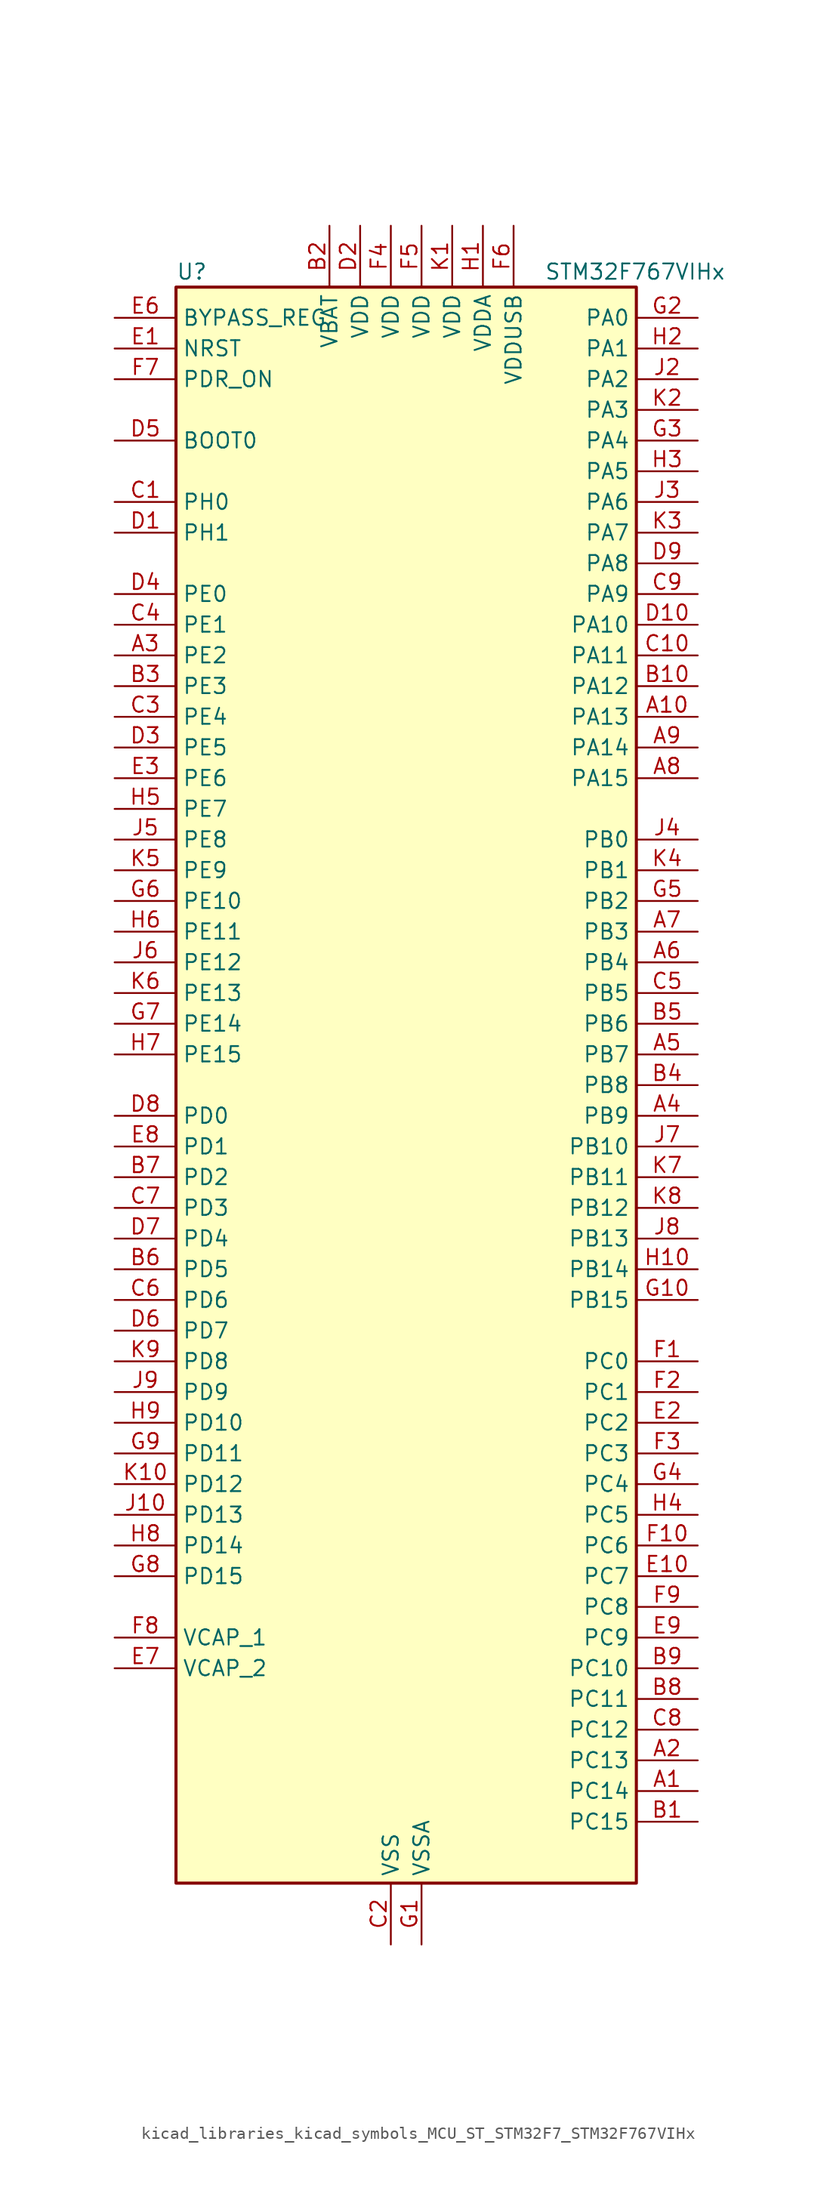
<source format=kicad_sym>
(kicad_symbol_lib
  (version 20220914)
  (generator kicad_symbol_editor)
  (symbol "kicad_libraries_kicad_symbols_MCU_ST_STM32F7_STM32F767VIHx"
    (property "Reference" "U"
      (at -17.78 67.31 0)
      (effects (font (size 1.27 1.27)) (justify left)))
    (property "Value" "STM32F767VIHx"
      (at 12.7 67.31 0)
      (effects (font (size 1.27 1.27)) (justify left)))
    (property "ki_locked" ""
      (at 0 0 0)
      (effects (font (size 1.27 1.27))))
    (symbol "kicad_libraries_kicad_symbols_MCU_ST_STM32F7_STM32F767VIHx_0_1"
      (rectangle (start -17.78 -66.04) (end 20.32 66.04) (stroke (width 0.254) (type default)) (fill (type background))))
    (symbol "kicad_libraries_kicad_symbols_MCU_ST_STM32F7_STM32F767VIHx_1_1"
      (pin bidirectional line (at 25.4 -58.42 180) (length 5.08) (name "PC14" (effects (font (size 1.27 1.27)))) (number "A1" (effects (font (size 1.27 1.27)))) (alternate "RCC_OSC32_IN" bidirectional line))
      (pin bidirectional line (at 25.4 30.48 180) (length 5.08) (name "PA13" (effects (font (size 1.27 1.27)))) (number "A10" (effects (font (size 1.27 1.27)))) (alternate "SYS_JTMS-SWDIO" bidirectional line))
      (pin bidirectional line (at 25.4 -55.88 180) (length 5.08) (name "PC13" (effects (font (size 1.27 1.27)))) (number "A2" (effects (font (size 1.27 1.27)))) (alternate "RTC_OUT" bidirectional line) (alternate "RTC_TAMP1" bidirectional line) (alternate "RTC_TS" bidirectional line) (alternate "SYS_WKUP4" bidirectional line))
      (pin bidirectional line (at -22.86 35.56 0) (length 5.08) (name "PE2" (effects (font (size 1.27 1.27)))) (number "A3" (effects (font (size 1.27 1.27)))) (alternate "ETH_TXD3" bidirectional line) (alternate "FMC_A23" bidirectional line) (alternate "QUADSPI_BK1_IO2" bidirectional line) (alternate "SAI1_MCLK_A" bidirectional line) (alternate "SPI4_SCK" bidirectional line) (alternate "SYS_TRACECLK" bidirectional line))
      (pin bidirectional line (at 25.4 -2.54 180) (length 5.08) (name "PB9" (effects (font (size 1.27 1.27)))) (number "A4" (effects (font (size 1.27 1.27)))) (alternate "CAN1_TX" bidirectional line) (alternate "DAC_EXTI9" bidirectional line) (alternate "DCMI_D7" bidirectional line) (alternate "DFSDM1_DATIN7" bidirectional line) (alternate "I2C1_SDA" bidirectional line) (alternate "I2C4_SDA" bidirectional line) (alternate "I2C4_SMBA" bidirectional line) (alternate "I2S2_WS" bidirectional line) (alternate "LTDC_B7" bidirectional line) (alternate "SDMMC1_D5" bidirectional line) (alternate "SDMMC2_D5" bidirectional line) (alternate "SPI2_NSS" bidirectional line) (alternate "TIM11_CH1" bidirectional line) (alternate "TIM4_CH4" bidirectional line) (alternate "UART5_TX" bidirectional line))
      (pin bidirectional line (at 25.4 2.54 180) (length 5.08) (name "PB7" (effects (font (size 1.27 1.27)))) (number "A5" (effects (font (size 1.27 1.27)))) (alternate "DCMI_VSYNC" bidirectional line) (alternate "DFSDM1_CKIN5" bidirectional line) (alternate "FMC_NL" bidirectional line) (alternate "I2C1_SDA" bidirectional line) (alternate "I2C4_SDA" bidirectional line) (alternate "TIM4_CH2" bidirectional line) (alternate "USART1_RX" bidirectional line))
      (pin bidirectional line (at 25.4 10.16 180) (length 5.08) (name "PB4" (effects (font (size 1.27 1.27)))) (number "A6" (effects (font (size 1.27 1.27)))) (alternate "CAN3_TX" bidirectional line) (alternate "I2S2_WS" bidirectional line) (alternate "SDMMC2_D3" bidirectional line) (alternate "SPI1_MISO" bidirectional line) (alternate "SPI2_NSS" bidirectional line) (alternate "SPI3_MISO" bidirectional line) (alternate "SPI6_MISO" bidirectional line) (alternate "SYS_JTRST" bidirectional line) (alternate "TIM3_CH1" bidirectional line) (alternate "UART7_TX" bidirectional line))
      (pin bidirectional line (at 25.4 12.7 180) (length 5.08) (name "PB3" (effects (font (size 1.27 1.27)))) (number "A7" (effects (font (size 1.27 1.27)))) (alternate "CAN3_RX" bidirectional line) (alternate "I2S1_CK" bidirectional line) (alternate "I2S3_CK" bidirectional line) (alternate "SDMMC2_D2" bidirectional line) (alternate "SPI1_SCK" bidirectional line) (alternate "SPI3_SCK" bidirectional line) (alternate "SPI6_SCK" bidirectional line) (alternate "SYS_JTDO-SWO" bidirectional line) (alternate "TIM2_CH2" bidirectional line) (alternate "UART7_RX" bidirectional line))
      (pin bidirectional line (at 25.4 25.4 180) (length 5.08) (name "PA15" (effects (font (size 1.27 1.27)))) (number "A8" (effects (font (size 1.27 1.27)))) (alternate "CAN3_TX" bidirectional line) (alternate "CEC" bidirectional line) (alternate "I2S1_WS" bidirectional line) (alternate "I2S3_WS" bidirectional line) (alternate "SPI1_NSS" bidirectional line) (alternate "SPI3_NSS" bidirectional line) (alternate "SPI6_NSS" bidirectional line) (alternate "SYS_JTDI" bidirectional line) (alternate "TIM2_CH1" bidirectional line) (alternate "TIM2_ETR" bidirectional line) (alternate "UART4_DE" bidirectional line) (alternate "UART4_RTS" bidirectional line) (alternate "UART7_TX" bidirectional line))
      (pin bidirectional line (at 25.4 27.94 180) (length 5.08) (name "PA14" (effects (font (size 1.27 1.27)))) (number "A9" (effects (font (size 1.27 1.27)))) (alternate "SYS_JTCK-SWCLK" bidirectional line))
      (pin bidirectional line (at 25.4 -60.96 180) (length 5.08) (name "PC15" (effects (font (size 1.27 1.27)))) (number "B1" (effects (font (size 1.27 1.27)))) (alternate "RCC_OSC32_OUT" bidirectional line))
      (pin bidirectional line (at 25.4 33.02 180) (length 5.08) (name "PA12" (effects (font (size 1.27 1.27)))) (number "B10" (effects (font (size 1.27 1.27)))) (alternate "CAN1_TX" bidirectional line) (alternate "I2S2_CK" bidirectional line) (alternate "LTDC_R5" bidirectional line) (alternate "SAI2_FS_B" bidirectional line) (alternate "SPI2_SCK" bidirectional line) (alternate "TIM1_ETR" bidirectional line) (alternate "UART4_TX" bidirectional line) (alternate "USART1_DE" bidirectional line) (alternate "USART1_RTS" bidirectional line) (alternate "USB_OTG_FS_DP" bidirectional line))
      (pin power_in line (at -5.08 71.12 270) (length 5.08) (name "VBAT" (effects (font (size 1.27 1.27)))) (number "B2" (effects (font (size 1.27 1.27)))))
      (pin bidirectional line (at -22.86 33.02 0) (length 5.08) (name "PE3" (effects (font (size 1.27 1.27)))) (number "B3" (effects (font (size 1.27 1.27)))) (alternate "FMC_A19" bidirectional line) (alternate "SAI1_SD_B" bidirectional line) (alternate "SYS_TRACED0" bidirectional line))
      (pin bidirectional line (at 25.4 0 180) (length 5.08) (name "PB8" (effects (font (size 1.27 1.27)))) (number "B4" (effects (font (size 1.27 1.27)))) (alternate "CAN1_RX" bidirectional line) (alternate "DCMI_D6" bidirectional line) (alternate "DFSDM1_CKIN7" bidirectional line) (alternate "ETH_TXD3" bidirectional line) (alternate "I2C1_SCL" bidirectional line) (alternate "I2C4_SCL" bidirectional line) (alternate "LTDC_B6" bidirectional line) (alternate "SDMMC1_D4" bidirectional line) (alternate "SDMMC2_D4" bidirectional line) (alternate "TIM10_CH1" bidirectional line) (alternate "TIM4_CH3" bidirectional line) (alternate "UART5_RX" bidirectional line))
      (pin bidirectional line (at 25.4 5.08 180) (length 5.08) (name "PB6" (effects (font (size 1.27 1.27)))) (number "B5" (effects (font (size 1.27 1.27)))) (alternate "CAN2_TX" bidirectional line) (alternate "CEC" bidirectional line) (alternate "DCMI_D5" bidirectional line) (alternate "DFSDM1_DATIN5" bidirectional line) (alternate "FMC_SDNE1" bidirectional line) (alternate "I2C1_SCL" bidirectional line) (alternate "I2C4_SCL" bidirectional line) (alternate "QUADSPI_BK1_NCS" bidirectional line) (alternate "TIM4_CH1" bidirectional line) (alternate "UART5_TX" bidirectional line) (alternate "USART1_TX" bidirectional line))
      (pin bidirectional line (at -22.86 -15.24 0) (length 5.08) (name "PD5" (effects (font (size 1.27 1.27)))) (number "B6" (effects (font (size 1.27 1.27)))) (alternate "FMC_NWE" bidirectional line) (alternate "USART2_TX" bidirectional line))
      (pin bidirectional line (at -22.86 -7.62 0) (length 5.08) (name "PD2" (effects (font (size 1.27 1.27)))) (number "B7" (effects (font (size 1.27 1.27)))) (alternate "DCMI_D11" bidirectional line) (alternate "SDMMC1_CMD" bidirectional line) (alternate "SYS_TRACED2" bidirectional line) (alternate "TIM3_ETR" bidirectional line) (alternate "UART5_RX" bidirectional line))
      (pin bidirectional line (at 25.4 -50.8 180) (length 5.08) (name "PC11" (effects (font (size 1.27 1.27)))) (number "B8" (effects (font (size 1.27 1.27)))) (alternate "ADC1_EXTI11" bidirectional line) (alternate "ADC2_EXTI11" bidirectional line) (alternate "ADC3_EXTI11" bidirectional line) (alternate "DCMI_D4" bidirectional line) (alternate "DFSDM1_DATIN5" bidirectional line) (alternate "QUADSPI_BK2_NCS" bidirectional line) (alternate "SDMMC1_D3" bidirectional line) (alternate "SPI3_MISO" bidirectional line) (alternate "UART4_RX" bidirectional line) (alternate "USART3_RX" bidirectional line))
      (pin bidirectional line (at 25.4 -48.26 180) (length 5.08) (name "PC10" (effects (font (size 1.27 1.27)))) (number "B9" (effects (font (size 1.27 1.27)))) (alternate "DCMI_D8" bidirectional line) (alternate "DFSDM1_CKIN5" bidirectional line) (alternate "I2S3_CK" bidirectional line) (alternate "LTDC_R2" bidirectional line) (alternate "QUADSPI_BK1_IO1" bidirectional line) (alternate "SDMMC1_D2" bidirectional line) (alternate "SPI3_SCK" bidirectional line) (alternate "UART4_TX" bidirectional line) (alternate "USART3_TX" bidirectional line))
      (pin bidirectional line (at -22.86 48.26 0) (length 5.08) (name "PH0" (effects (font (size 1.27 1.27)))) (number "C1" (effects (font (size 1.27 1.27)))) (alternate "RCC_OSC_IN" bidirectional line))
      (pin bidirectional line (at 25.4 35.56 180) (length 5.08) (name "PA11" (effects (font (size 1.27 1.27)))) (number "C10" (effects (font (size 1.27 1.27)))) (alternate "ADC1_EXTI11" bidirectional line) (alternate "ADC2_EXTI11" bidirectional line) (alternate "ADC3_EXTI11" bidirectional line) (alternate "CAN1_RX" bidirectional line) (alternate "I2S2_WS" bidirectional line) (alternate "LTDC_R4" bidirectional line) (alternate "SPI2_NSS" bidirectional line) (alternate "TIM1_CH4" bidirectional line) (alternate "UART4_RX" bidirectional line) (alternate "USART1_CTS" bidirectional line) (alternate "USB_OTG_FS_DM" bidirectional line))
      (pin power_in line (at 0 -71.12 90) (length 5.08) (name "VSS" (effects (font (size 1.27 1.27)))) (number "C2" (effects (font (size 1.27 1.27)))))
      (pin bidirectional line (at -22.86 30.48 0) (length 5.08) (name "PE4" (effects (font (size 1.27 1.27)))) (number "C3" (effects (font (size 1.27 1.27)))) (alternate "DCMI_D4" bidirectional line) (alternate "DFSDM1_DATIN3" bidirectional line) (alternate "FMC_A20" bidirectional line) (alternate "LTDC_B0" bidirectional line) (alternate "SAI1_FS_A" bidirectional line) (alternate "SPI4_NSS" bidirectional line) (alternate "SYS_TRACED1" bidirectional line))
      (pin bidirectional line (at -22.86 38.1 0) (length 5.08) (name "PE1" (effects (font (size 1.27 1.27)))) (number "C4" (effects (font (size 1.27 1.27)))) (alternate "DCMI_D3" bidirectional line) (alternate "FMC_NBL1" bidirectional line) (alternate "LPTIM1_IN2" bidirectional line) (alternate "UART8_TX" bidirectional line))
      (pin bidirectional line (at 25.4 7.62 180) (length 5.08) (name "PB5" (effects (font (size 1.27 1.27)))) (number "C5" (effects (font (size 1.27 1.27)))) (alternate "CAN2_RX" bidirectional line) (alternate "DCMI_D10" bidirectional line) (alternate "ETH_PPS_OUT" bidirectional line) (alternate "FMC_SDCKE1" bidirectional line) (alternate "I2C1_SMBA" bidirectional line) (alternate "I2S1_SD" bidirectional line) (alternate "I2S3_SD" bidirectional line) (alternate "LTDC_G7" bidirectional line) (alternate "SPI1_MOSI" bidirectional line) (alternate "SPI3_MOSI" bidirectional line) (alternate "SPI6_MOSI" bidirectional line) (alternate "TIM3_CH2" bidirectional line) (alternate "UART5_RX" bidirectional line) (alternate "USB_OTG_HS_ULPI_D7" bidirectional line))
      (pin bidirectional line (at -22.86 -17.78 0) (length 5.08) (name "PD6" (effects (font (size 1.27 1.27)))) (number "C6" (effects (font (size 1.27 1.27)))) (alternate "DCMI_D10" bidirectional line) (alternate "DFSDM1_CKIN4" bidirectional line) (alternate "DFSDM1_DATIN1" bidirectional line) (alternate "FMC_NWAIT" bidirectional line) (alternate "I2S3_SD" bidirectional line) (alternate "LTDC_B2" bidirectional line) (alternate "SAI1_SD_A" bidirectional line) (alternate "SDMMC2_CK" bidirectional line) (alternate "SPI3_MOSI" bidirectional line) (alternate "USART2_RX" bidirectional line))
      (pin bidirectional line (at -22.86 -10.16 0) (length 5.08) (name "PD3" (effects (font (size 1.27 1.27)))) (number "C7" (effects (font (size 1.27 1.27)))) (alternate "DCMI_D5" bidirectional line) (alternate "DFSDM1_CKOUT" bidirectional line) (alternate "DFSDM1_DATIN0" bidirectional line) (alternate "FMC_CLK" bidirectional line) (alternate "I2S2_CK" bidirectional line) (alternate "LTDC_G7" bidirectional line) (alternate "SPI2_SCK" bidirectional line) (alternate "USART2_CTS" bidirectional line))
      (pin bidirectional line (at 25.4 -53.34 180) (length 5.08) (name "PC12" (effects (font (size 1.27 1.27)))) (number "C8" (effects (font (size 1.27 1.27)))) (alternate "DCMI_D9" bidirectional line) (alternate "I2S3_SD" bidirectional line) (alternate "SDMMC1_CK" bidirectional line) (alternate "SPI3_MOSI" bidirectional line) (alternate "SYS_TRACED3" bidirectional line) (alternate "UART5_TX" bidirectional line) (alternate "USART3_CK" bidirectional line))
      (pin bidirectional line (at 25.4 40.64 180) (length 5.08) (name "PA9" (effects (font (size 1.27 1.27)))) (number "C9" (effects (font (size 1.27 1.27)))) (alternate "DAC_EXTI9" bidirectional line) (alternate "DCMI_D0" bidirectional line) (alternate "I2C3_SMBA" bidirectional line) (alternate "I2S2_CK" bidirectional line) (alternate "LTDC_R5" bidirectional line) (alternate "SPI2_SCK" bidirectional line) (alternate "TIM1_CH2" bidirectional line) (alternate "USART1_TX" bidirectional line) (alternate "USB_OTG_FS_VBUS" bidirectional line))
      (pin bidirectional line (at -22.86 45.72 0) (length 5.08) (name "PH1" (effects (font (size 1.27 1.27)))) (number "D1" (effects (font (size 1.27 1.27)))) (alternate "RCC_OSC_OUT" bidirectional line))
      (pin bidirectional line (at 25.4 38.1 180) (length 5.08) (name "PA10" (effects (font (size 1.27 1.27)))) (number "D10" (effects (font (size 1.27 1.27)))) (alternate "DCMI_D1" bidirectional line) (alternate "LTDC_B1" bidirectional line) (alternate "LTDC_B4" bidirectional line) (alternate "MDIOS_MDIO" bidirectional line) (alternate "TIM1_CH3" bidirectional line) (alternate "USART1_RX" bidirectional line) (alternate "USB_OTG_FS_ID" bidirectional line))
      (pin power_in line (at -2.54 71.12 270) (length 5.08) (name "VDD" (effects (font (size 1.27 1.27)))) (number "D2" (effects (font (size 1.27 1.27)))))
      (pin bidirectional line (at -22.86 27.94 0) (length 5.08) (name "PE5" (effects (font (size 1.27 1.27)))) (number "D3" (effects (font (size 1.27 1.27)))) (alternate "DCMI_D6" bidirectional line) (alternate "DFSDM1_CKIN3" bidirectional line) (alternate "FMC_A21" bidirectional line) (alternate "LTDC_G0" bidirectional line) (alternate "SAI1_SCK_A" bidirectional line) (alternate "SPI4_MISO" bidirectional line) (alternate "SYS_TRACED2" bidirectional line) (alternate "TIM9_CH1" bidirectional line))
      (pin bidirectional line (at -22.86 40.64 0) (length 5.08) (name "PE0" (effects (font (size 1.27 1.27)))) (number "D4" (effects (font (size 1.27 1.27)))) (alternate "DCMI_D2" bidirectional line) (alternate "FMC_NBL0" bidirectional line) (alternate "LPTIM1_ETR" bidirectional line) (alternate "SAI2_MCLK_A" bidirectional line) (alternate "TIM4_ETR" bidirectional line) (alternate "UART8_RX" bidirectional line))
      (pin input line (at -22.86 53.34 0) (length 5.08) (name "BOOT0" (effects (font (size 1.27 1.27)))) (number "D5" (effects (font (size 1.27 1.27)))))
      (pin bidirectional line (at -22.86 -20.32 0) (length 5.08) (name "PD7" (effects (font (size 1.27 1.27)))) (number "D6" (effects (font (size 1.27 1.27)))) (alternate "DFSDM1_CKIN1" bidirectional line) (alternate "DFSDM1_DATIN4" bidirectional line) (alternate "FMC_NE1" bidirectional line) (alternate "I2S1_SD" bidirectional line) (alternate "SDMMC2_CMD" bidirectional line) (alternate "SPDIFRX_IN0" bidirectional line) (alternate "SPI1_MOSI" bidirectional line) (alternate "USART2_CK" bidirectional line))
      (pin bidirectional line (at -22.86 -12.7 0) (length 5.08) (name "PD4" (effects (font (size 1.27 1.27)))) (number "D7" (effects (font (size 1.27 1.27)))) (alternate "DFSDM1_CKIN0" bidirectional line) (alternate "FMC_NOE" bidirectional line) (alternate "USART2_DE" bidirectional line) (alternate "USART2_RTS" bidirectional line))
      (pin bidirectional line (at -22.86 -2.54 0) (length 5.08) (name "PD0" (effects (font (size 1.27 1.27)))) (number "D8" (effects (font (size 1.27 1.27)))) (alternate "CAN1_RX" bidirectional line) (alternate "DFSDM1_CKIN6" bidirectional line) (alternate "DFSDM1_DATIN7" bidirectional line) (alternate "FMC_D2" bidirectional line) (alternate "FMC_DA2" bidirectional line) (alternate "UART4_RX" bidirectional line))
      (pin bidirectional line (at 25.4 43.18 180) (length 5.08) (name "PA8" (effects (font (size 1.27 1.27)))) (number "D9" (effects (font (size 1.27 1.27)))) (alternate "CAN3_RX" bidirectional line) (alternate "I2C3_SCL" bidirectional line) (alternate "LTDC_B3" bidirectional line) (alternate "LTDC_R6" bidirectional line) (alternate "RCC_MCO_1" bidirectional line) (alternate "TIM1_CH1" bidirectional line) (alternate "TIM8_BKIN2" bidirectional line) (alternate "UART7_RX" bidirectional line) (alternate "USART1_CK" bidirectional line) (alternate "USB_OTG_FS_SOF" bidirectional line))
      (pin input line (at -22.86 60.96 0) (length 5.08) (name "NRST" (effects (font (size 1.27 1.27)))) (number "E1" (effects (font (size 1.27 1.27)))))
      (pin bidirectional line (at 25.4 -40.64 180) (length 5.08) (name "PC7" (effects (font (size 1.27 1.27)))) (number "E10" (effects (font (size 1.27 1.27)))) (alternate "DCMI_D1" bidirectional line) (alternate "DFSDM1_DATIN3" bidirectional line) (alternate "FMC_NE1" bidirectional line) (alternate "I2S3_MCK" bidirectional line) (alternate "LTDC_G6" bidirectional line) (alternate "SDMMC1_D7" bidirectional line) (alternate "SDMMC2_D7" bidirectional line) (alternate "TIM3_CH2" bidirectional line) (alternate "TIM8_CH2" bidirectional line) (alternate "USART6_RX" bidirectional line))
      (pin bidirectional line (at 25.4 -27.94 180) (length 5.08) (name "PC2" (effects (font (size 1.27 1.27)))) (number "E2" (effects (font (size 1.27 1.27)))) (alternate "ADC1_IN12" bidirectional line) (alternate "ADC2_IN12" bidirectional line) (alternate "ADC3_IN12" bidirectional line) (alternate "DFSDM1_CKIN1" bidirectional line) (alternate "DFSDM1_CKOUT" bidirectional line) (alternate "ETH_TXD2" bidirectional line) (alternate "FMC_SDNE0" bidirectional line) (alternate "SPI2_MISO" bidirectional line) (alternate "USB_OTG_HS_ULPI_DIR" bidirectional line))
      (pin bidirectional line (at -22.86 25.4 0) (length 5.08) (name "PE6" (effects (font (size 1.27 1.27)))) (number "E3" (effects (font (size 1.27 1.27)))) (alternate "DCMI_D7" bidirectional line) (alternate "FMC_A22" bidirectional line) (alternate "LTDC_G1" bidirectional line) (alternate "SAI1_SD_A" bidirectional line) (alternate "SAI2_MCLK_B" bidirectional line) (alternate "SPI4_MOSI" bidirectional line) (alternate "SYS_TRACED3" bidirectional line) (alternate "TIM1_BKIN2" bidirectional line) (alternate "TIM9_CH2" bidirectional line))
      (pin passive line (at 0 -71.12 90) (length 5.08) hide (name "VSS" (effects (font (size 1.27 1.27)))) (number "E4" (effects (font (size 1.27 1.27)))))
      (pin passive line (at 0 -71.12 90) (length 5.08) hide (name "VSS" (effects (font (size 1.27 1.27)))) (number "E5" (effects (font (size 1.27 1.27)))))
      (pin input line (at -22.86 63.5 0) (length 5.08) (name "BYPASS_REG" (effects (font (size 1.27 1.27)))) (number "E6" (effects (font (size 1.27 1.27)))))
      (pin power_out line (at -22.86 -48.26 0) (length 5.08) (name "VCAP_2" (effects (font (size 1.27 1.27)))) (number "E7" (effects (font (size 1.27 1.27)))))
      (pin bidirectional line (at -22.86 -5.08 0) (length 5.08) (name "PD1" (effects (font (size 1.27 1.27)))) (number "E8" (effects (font (size 1.27 1.27)))) (alternate "CAN1_TX" bidirectional line) (alternate "DFSDM1_CKIN7" bidirectional line) (alternate "DFSDM1_DATIN6" bidirectional line) (alternate "FMC_D3" bidirectional line) (alternate "FMC_DA3" bidirectional line) (alternate "UART4_TX" bidirectional line))
      (pin bidirectional line (at 25.4 -45.72 180) (length 5.08) (name "PC9" (effects (font (size 1.27 1.27)))) (number "E9" (effects (font (size 1.27 1.27)))) (alternate "DAC_EXTI9" bidirectional line) (alternate "DCMI_D3" bidirectional line) (alternate "I2C3_SDA" bidirectional line) (alternate "I2S_CKIN" bidirectional line) (alternate "LTDC_B2" bidirectional line) (alternate "LTDC_G3" bidirectional line) (alternate "QUADSPI_BK1_IO0" bidirectional line) (alternate "RCC_MCO_2" bidirectional line) (alternate "SDMMC1_D1" bidirectional line) (alternate "TIM3_CH4" bidirectional line) (alternate "TIM8_CH4" bidirectional line) (alternate "UART5_CTS" bidirectional line))
      (pin bidirectional line (at 25.4 -22.86 180) (length 5.08) (name "PC0" (effects (font (size 1.27 1.27)))) (number "F1" (effects (font (size 1.27 1.27)))) (alternate "ADC1_IN10" bidirectional line) (alternate "ADC2_IN10" bidirectional line) (alternate "ADC3_IN10" bidirectional line) (alternate "DFSDM1_CKIN0" bidirectional line) (alternate "DFSDM1_DATIN4" bidirectional line) (alternate "FMC_SDNWE" bidirectional line) (alternate "LTDC_R5" bidirectional line) (alternate "SAI2_FS_B" bidirectional line) (alternate "USB_OTG_HS_ULPI_STP" bidirectional line))
      (pin bidirectional line (at 25.4 -38.1 180) (length 5.08) (name "PC6" (effects (font (size 1.27 1.27)))) (number "F10" (effects (font (size 1.27 1.27)))) (alternate "DCMI_D0" bidirectional line) (alternate "DFSDM1_CKIN3" bidirectional line) (alternate "FMC_NWAIT" bidirectional line) (alternate "I2S2_MCK" bidirectional line) (alternate "LTDC_HSYNC" bidirectional line) (alternate "SDMMC1_D6" bidirectional line) (alternate "SDMMC2_D6" bidirectional line) (alternate "TIM3_CH1" bidirectional line) (alternate "TIM8_CH1" bidirectional line) (alternate "USART6_TX" bidirectional line))
      (pin bidirectional line (at 25.4 -25.4 180) (length 5.08) (name "PC1" (effects (font (size 1.27 1.27)))) (number "F2" (effects (font (size 1.27 1.27)))) (alternate "ADC1_IN11" bidirectional line) (alternate "ADC2_IN11" bidirectional line) (alternate "ADC3_IN11" bidirectional line) (alternate "DFSDM1_CKIN4" bidirectional line) (alternate "DFSDM1_DATIN0" bidirectional line) (alternate "ETH_MDC" bidirectional line) (alternate "I2S2_SD" bidirectional line) (alternate "MDIOS_MDC" bidirectional line) (alternate "RTC_TAMP3" bidirectional line) (alternate "RTC_TS" bidirectional line) (alternate "SAI1_SD_A" bidirectional line) (alternate "SPI2_MOSI" bidirectional line) (alternate "SYS_TRACED0" bidirectional line) (alternate "SYS_WKUP3" bidirectional line))
      (pin bidirectional line (at 25.4 -30.48 180) (length 5.08) (name "PC3" (effects (font (size 1.27 1.27)))) (number "F3" (effects (font (size 1.27 1.27)))) (alternate "ADC1_IN13" bidirectional line) (alternate "ADC2_IN13" bidirectional line) (alternate "ADC3_IN13" bidirectional line) (alternate "DFSDM1_DATIN1" bidirectional line) (alternate "ETH_TX_CLK" bidirectional line) (alternate "FMC_SDCKE0" bidirectional line) (alternate "I2S2_SD" bidirectional line) (alternate "SPI2_MOSI" bidirectional line) (alternate "USB_OTG_HS_ULPI_NXT" bidirectional line))
      (pin power_in line (at 0 71.12 270) (length 5.08) (name "VDD" (effects (font (size 1.27 1.27)))) (number "F4" (effects (font (size 1.27 1.27)))))
      (pin power_in line (at 2.54 71.12 270) (length 5.08) (name "VDD" (effects (font (size 1.27 1.27)))) (number "F5" (effects (font (size 1.27 1.27)))))
      (pin power_in line (at 10.16 71.12 270) (length 5.08) (name "VDDUSB" (effects (font (size 1.27 1.27)))) (number "F6" (effects (font (size 1.27 1.27)))))
      (pin input line (at -22.86 58.42 0) (length 5.08) (name "PDR_ON" (effects (font (size 1.27 1.27)))) (number "F7" (effects (font (size 1.27 1.27)))))
      (pin power_out line (at -22.86 -45.72 0) (length 5.08) (name "VCAP_1" (effects (font (size 1.27 1.27)))) (number "F8" (effects (font (size 1.27 1.27)))))
      (pin bidirectional line (at 25.4 -43.18 180) (length 5.08) (name "PC8" (effects (font (size 1.27 1.27)))) (number "F9" (effects (font (size 1.27 1.27)))) (alternate "DCMI_D2" bidirectional line) (alternate "FMC_NCE" bidirectional line) (alternate "FMC_NE2" bidirectional line) (alternate "SDMMC1_D0" bidirectional line) (alternate "SYS_TRACED1" bidirectional line) (alternate "TIM3_CH3" bidirectional line) (alternate "TIM8_CH3" bidirectional line) (alternate "UART5_DE" bidirectional line) (alternate "UART5_RTS" bidirectional line) (alternate "USART6_CK" bidirectional line))
      (pin power_in line (at 2.54 -71.12 90) (length 5.08) (name "VSSA" (effects (font (size 1.27 1.27)))) (number "G1" (effects (font (size 1.27 1.27)))))
      (pin bidirectional line (at 25.4 -17.78 180) (length 5.08) (name "PB15" (effects (font (size 1.27 1.27)))) (number "G10" (effects (font (size 1.27 1.27)))) (alternate "DFSDM1_CKIN2" bidirectional line) (alternate "I2S2_SD" bidirectional line) (alternate "RTC_REFIN" bidirectional line) (alternate "SDMMC2_D1" bidirectional line) (alternate "SPI2_MOSI" bidirectional line) (alternate "TIM12_CH2" bidirectional line) (alternate "TIM1_CH3N" bidirectional line) (alternate "TIM8_CH3N" bidirectional line) (alternate "UART4_CTS" bidirectional line) (alternate "USART1_RX" bidirectional line) (alternate "USB_OTG_HS_DP" bidirectional line))
      (pin bidirectional line (at 25.4 63.5 180) (length 5.08) (name "PA0" (effects (font (size 1.27 1.27)))) (number "G2" (effects (font (size 1.27 1.27)))) (alternate "ADC1_IN0" bidirectional line) (alternate "ADC2_IN0" bidirectional line) (alternate "ADC3_IN0" bidirectional line) (alternate "ETH_CRS" bidirectional line) (alternate "SAI2_SD_B" bidirectional line) (alternate "SYS_WKUP1" bidirectional line) (alternate "TIM2_CH1" bidirectional line) (alternate "TIM2_ETR" bidirectional line) (alternate "TIM5_CH1" bidirectional line) (alternate "TIM8_ETR" bidirectional line) (alternate "UART4_TX" bidirectional line) (alternate "USART2_CTS" bidirectional line))
      (pin bidirectional line (at 25.4 53.34 180) (length 5.08) (name "PA4" (effects (font (size 1.27 1.27)))) (number "G3" (effects (font (size 1.27 1.27)))) (alternate "ADC1_IN4" bidirectional line) (alternate "ADC2_IN4" bidirectional line) (alternate "DAC_OUT1" bidirectional line) (alternate "DCMI_HSYNC" bidirectional line) (alternate "I2S1_WS" bidirectional line) (alternate "I2S3_WS" bidirectional line) (alternate "LTDC_VSYNC" bidirectional line) (alternate "SPI1_NSS" bidirectional line) (alternate "SPI3_NSS" bidirectional line) (alternate "SPI6_NSS" bidirectional line) (alternate "USART2_CK" bidirectional line) (alternate "USB_OTG_HS_SOF" bidirectional line))
      (pin bidirectional line (at 25.4 -33.02 180) (length 5.08) (name "PC4" (effects (font (size 1.27 1.27)))) (number "G4" (effects (font (size 1.27 1.27)))) (alternate "ADC1_IN14" bidirectional line) (alternate "ADC2_IN14" bidirectional line) (alternate "DFSDM1_CKIN2" bidirectional line) (alternate "ETH_RXD0" bidirectional line) (alternate "FMC_SDNE0" bidirectional line) (alternate "I2S1_MCK" bidirectional line) (alternate "SPDIFRX_IN2" bidirectional line))
      (pin bidirectional line (at 25.4 15.24 180) (length 5.08) (name "PB2" (effects (font (size 1.27 1.27)))) (number "G5" (effects (font (size 1.27 1.27)))) (alternate "DFSDM1_CKIN1" bidirectional line) (alternate "I2S3_SD" bidirectional line) (alternate "QUADSPI_CLK" bidirectional line) (alternate "SAI1_SD_A" bidirectional line) (alternate "SPI3_MOSI" bidirectional line))
      (pin bidirectional line (at -22.86 15.24 0) (length 5.08) (name "PE10" (effects (font (size 1.27 1.27)))) (number "G6" (effects (font (size 1.27 1.27)))) (alternate "DFSDM1_DATIN4" bidirectional line) (alternate "FMC_D7" bidirectional line) (alternate "FMC_DA7" bidirectional line) (alternate "QUADSPI_BK2_IO3" bidirectional line) (alternate "TIM1_CH2N" bidirectional line) (alternate "UART7_CTS" bidirectional line))
      (pin bidirectional line (at -22.86 5.08 0) (length 5.08) (name "PE14" (effects (font (size 1.27 1.27)))) (number "G7" (effects (font (size 1.27 1.27)))) (alternate "FMC_D11" bidirectional line) (alternate "FMC_DA11" bidirectional line) (alternate "LTDC_CLK" bidirectional line) (alternate "SAI2_MCLK_B" bidirectional line) (alternate "SPI4_MOSI" bidirectional line) (alternate "TIM1_CH4" bidirectional line))
      (pin bidirectional line (at -22.86 -40.64 0) (length 5.08) (name "PD15" (effects (font (size 1.27 1.27)))) (number "G8" (effects (font (size 1.27 1.27)))) (alternate "FMC_D1" bidirectional line) (alternate "FMC_DA1" bidirectional line) (alternate "TIM4_CH4" bidirectional line) (alternate "UART8_DE" bidirectional line) (alternate "UART8_RTS" bidirectional line))
      (pin bidirectional line (at -22.86 -30.48 0) (length 5.08) (name "PD11" (effects (font (size 1.27 1.27)))) (number "G9" (effects (font (size 1.27 1.27)))) (alternate "ADC1_EXTI11" bidirectional line) (alternate "ADC2_EXTI11" bidirectional line) (alternate "ADC3_EXTI11" bidirectional line) (alternate "FMC_A16" bidirectional line) (alternate "FMC_CLE" bidirectional line) (alternate "I2C4_SMBA" bidirectional line) (alternate "QUADSPI_BK1_IO0" bidirectional line) (alternate "SAI2_SD_A" bidirectional line) (alternate "USART3_CTS" bidirectional line))
      (pin power_in line (at 7.62 71.12 270) (length 5.08) (name "VDDA" (effects (font (size 1.27 1.27)))) (number "H1" (effects (font (size 1.27 1.27)))))
      (pin bidirectional line (at 25.4 -15.24 180) (length 5.08) (name "PB14" (effects (font (size 1.27 1.27)))) (number "H10" (effects (font (size 1.27 1.27)))) (alternate "DFSDM1_DATIN2" bidirectional line) (alternate "SDMMC2_D0" bidirectional line) (alternate "SPI2_MISO" bidirectional line) (alternate "TIM12_CH1" bidirectional line) (alternate "TIM1_CH2N" bidirectional line) (alternate "TIM8_CH2N" bidirectional line) (alternate "UART4_DE" bidirectional line) (alternate "UART4_RTS" bidirectional line) (alternate "USART1_TX" bidirectional line) (alternate "USART3_DE" bidirectional line) (alternate "USART3_RTS" bidirectional line) (alternate "USB_OTG_HS_DM" bidirectional line))
      (pin bidirectional line (at 25.4 60.96 180) (length 5.08) (name "PA1" (effects (font (size 1.27 1.27)))) (number "H2" (effects (font (size 1.27 1.27)))) (alternate "ADC1_IN1" bidirectional line) (alternate "ADC2_IN1" bidirectional line) (alternate "ADC3_IN1" bidirectional line) (alternate "ETH_REF_CLK" bidirectional line) (alternate "ETH_RX_CLK" bidirectional line) (alternate "LTDC_R2" bidirectional line) (alternate "QUADSPI_BK1_IO3" bidirectional line) (alternate "SAI2_MCLK_B" bidirectional line) (alternate "TIM2_CH2" bidirectional line) (alternate "TIM5_CH2" bidirectional line) (alternate "UART4_RX" bidirectional line) (alternate "USART2_DE" bidirectional line) (alternate "USART2_RTS" bidirectional line))
      (pin bidirectional line (at 25.4 50.8 180) (length 5.08) (name "PA5" (effects (font (size 1.27 1.27)))) (number "H3" (effects (font (size 1.27 1.27)))) (alternate "ADC1_IN5" bidirectional line) (alternate "ADC2_IN5" bidirectional line) (alternate "DAC_OUT2" bidirectional line) (alternate "I2S1_CK" bidirectional line) (alternate "LTDC_R4" bidirectional line) (alternate "SPI1_SCK" bidirectional line) (alternate "SPI6_SCK" bidirectional line) (alternate "TIM2_CH1" bidirectional line) (alternate "TIM2_ETR" bidirectional line) (alternate "TIM8_CH1N" bidirectional line) (alternate "USB_OTG_HS_ULPI_CK" bidirectional line))
      (pin bidirectional line (at 25.4 -35.56 180) (length 5.08) (name "PC5" (effects (font (size 1.27 1.27)))) (number "H4" (effects (font (size 1.27 1.27)))) (alternate "ADC1_IN15" bidirectional line) (alternate "ADC2_IN15" bidirectional line) (alternate "DFSDM1_DATIN2" bidirectional line) (alternate "ETH_RXD1" bidirectional line) (alternate "FMC_SDCKE0" bidirectional line) (alternate "SPDIFRX_IN3" bidirectional line))
      (pin bidirectional line (at -22.86 22.86 0) (length 5.08) (name "PE7" (effects (font (size 1.27 1.27)))) (number "H5" (effects (font (size 1.27 1.27)))) (alternate "DFSDM1_DATIN2" bidirectional line) (alternate "FMC_D4" bidirectional line) (alternate "FMC_DA4" bidirectional line) (alternate "QUADSPI_BK2_IO0" bidirectional line) (alternate "TIM1_ETR" bidirectional line) (alternate "UART7_RX" bidirectional line))
      (pin bidirectional line (at -22.86 12.7 0) (length 5.08) (name "PE11" (effects (font (size 1.27 1.27)))) (number "H6" (effects (font (size 1.27 1.27)))) (alternate "ADC1_EXTI11" bidirectional line) (alternate "ADC2_EXTI11" bidirectional line) (alternate "ADC3_EXTI11" bidirectional line) (alternate "DFSDM1_CKIN4" bidirectional line) (alternate "FMC_D8" bidirectional line) (alternate "FMC_DA8" bidirectional line) (alternate "LTDC_G3" bidirectional line) (alternate "SAI2_SD_B" bidirectional line) (alternate "SPI4_NSS" bidirectional line) (alternate "TIM1_CH2" bidirectional line))
      (pin bidirectional line (at -22.86 2.54 0) (length 5.08) (name "PE15" (effects (font (size 1.27 1.27)))) (number "H7" (effects (font (size 1.27 1.27)))) (alternate "FMC_D12" bidirectional line) (alternate "FMC_DA12" bidirectional line) (alternate "LTDC_R7" bidirectional line) (alternate "TIM1_BKIN" bidirectional line))
      (pin bidirectional line (at -22.86 -38.1 0) (length 5.08) (name "PD14" (effects (font (size 1.27 1.27)))) (number "H8" (effects (font (size 1.27 1.27)))) (alternate "FMC_D0" bidirectional line) (alternate "FMC_DA0" bidirectional line) (alternate "TIM4_CH3" bidirectional line) (alternate "UART8_CTS" bidirectional line))
      (pin bidirectional line (at -22.86 -27.94 0) (length 5.08) (name "PD10" (effects (font (size 1.27 1.27)))) (number "H9" (effects (font (size 1.27 1.27)))) (alternate "DFSDM1_CKOUT" bidirectional line) (alternate "FMC_D15" bidirectional line) (alternate "FMC_DA15" bidirectional line) (alternate "LTDC_B3" bidirectional line) (alternate "USART3_CK" bidirectional line))
      (pin passive line (at 0 -71.12 90) (length 5.08) hide (name "VSS" (effects (font (size 1.27 1.27)))) (number "J1" (effects (font (size 1.27 1.27)))))
      (pin bidirectional line (at -22.86 -35.56 0) (length 5.08) (name "PD13" (effects (font (size 1.27 1.27)))) (number "J10" (effects (font (size 1.27 1.27)))) (alternate "FMC_A18" bidirectional line) (alternate "I2C4_SDA" bidirectional line) (alternate "LPTIM1_OUT" bidirectional line) (alternate "QUADSPI_BK1_IO3" bidirectional line) (alternate "SAI2_SCK_A" bidirectional line) (alternate "TIM4_CH2" bidirectional line))
      (pin bidirectional line (at 25.4 58.42 180) (length 5.08) (name "PA2" (effects (font (size 1.27 1.27)))) (number "J2" (effects (font (size 1.27 1.27)))) (alternate "ADC1_IN2" bidirectional line) (alternate "ADC2_IN2" bidirectional line) (alternate "ADC3_IN2" bidirectional line) (alternate "ETH_MDIO" bidirectional line) (alternate "LTDC_R1" bidirectional line) (alternate "MDIOS_MDIO" bidirectional line) (alternate "SAI2_SCK_B" bidirectional line) (alternate "SYS_WKUP2" bidirectional line) (alternate "TIM2_CH3" bidirectional line) (alternate "TIM5_CH3" bidirectional line) (alternate "TIM9_CH1" bidirectional line) (alternate "USART2_TX" bidirectional line))
      (pin bidirectional line (at 25.4 48.26 180) (length 5.08) (name "PA6" (effects (font (size 1.27 1.27)))) (number "J3" (effects (font (size 1.27 1.27)))) (alternate "ADC1_IN6" bidirectional line) (alternate "ADC2_IN6" bidirectional line) (alternate "DCMI_PIXCLK" bidirectional line) (alternate "LTDC_G2" bidirectional line) (alternate "MDIOS_MDC" bidirectional line) (alternate "SPI1_MISO" bidirectional line) (alternate "SPI6_MISO" bidirectional line) (alternate "TIM13_CH1" bidirectional line) (alternate "TIM1_BKIN" bidirectional line) (alternate "TIM3_CH1" bidirectional line) (alternate "TIM8_BKIN" bidirectional line))
      (pin bidirectional line (at 25.4 20.32 180) (length 5.08) (name "PB0" (effects (font (size 1.27 1.27)))) (number "J4" (effects (font (size 1.27 1.27)))) (alternate "ADC1_IN8" bidirectional line) (alternate "ADC2_IN8" bidirectional line) (alternate "DFSDM1_CKOUT" bidirectional line) (alternate "ETH_RXD2" bidirectional line) (alternate "LTDC_G1" bidirectional line) (alternate "LTDC_R3" bidirectional line) (alternate "TIM1_CH2N" bidirectional line) (alternate "TIM3_CH3" bidirectional line) (alternate "TIM8_CH2N" bidirectional line) (alternate "UART4_CTS" bidirectional line) (alternate "USB_OTG_HS_ULPI_D1" bidirectional line))
      (pin bidirectional line (at -22.86 20.32 0) (length 5.08) (name "PE8" (effects (font (size 1.27 1.27)))) (number "J5" (effects (font (size 1.27 1.27)))) (alternate "DFSDM1_CKIN2" bidirectional line) (alternate "FMC_D5" bidirectional line) (alternate "FMC_DA5" bidirectional line) (alternate "QUADSPI_BK2_IO1" bidirectional line) (alternate "TIM1_CH1N" bidirectional line) (alternate "UART7_TX" bidirectional line))
      (pin bidirectional line (at -22.86 10.16 0) (length 5.08) (name "PE12" (effects (font (size 1.27 1.27)))) (number "J6" (effects (font (size 1.27 1.27)))) (alternate "DFSDM1_DATIN5" bidirectional line) (alternate "FMC_D9" bidirectional line) (alternate "FMC_DA9" bidirectional line) (alternate "LTDC_B4" bidirectional line) (alternate "SAI2_SCK_B" bidirectional line) (alternate "SPI4_SCK" bidirectional line) (alternate "TIM1_CH3N" bidirectional line))
      (pin bidirectional line (at 25.4 -5.08 180) (length 5.08) (name "PB10" (effects (font (size 1.27 1.27)))) (number "J7" (effects (font (size 1.27 1.27)))) (alternate "DFSDM1_DATIN7" bidirectional line) (alternate "ETH_RX_ER" bidirectional line) (alternate "I2C2_SCL" bidirectional line) (alternate "I2S2_CK" bidirectional line) (alternate "LTDC_G4" bidirectional line) (alternate "QUADSPI_BK1_NCS" bidirectional line) (alternate "SPI2_SCK" bidirectional line) (alternate "TIM2_CH3" bidirectional line) (alternate "USART3_TX" bidirectional line) (alternate "USB_OTG_HS_ULPI_D3" bidirectional line))
      (pin bidirectional line (at 25.4 -12.7 180) (length 5.08) (name "PB13" (effects (font (size 1.27 1.27)))) (number "J8" (effects (font (size 1.27 1.27)))) (alternate "CAN2_TX" bidirectional line) (alternate "DFSDM1_CKIN1" bidirectional line) (alternate "ETH_TXD1" bidirectional line) (alternate "I2S2_CK" bidirectional line) (alternate "SPI2_SCK" bidirectional line) (alternate "TIM1_CH1N" bidirectional line) (alternate "UART5_TX" bidirectional line) (alternate "USART3_CTS" bidirectional line) (alternate "USB_OTG_HS_ULPI_D6" bidirectional line) (alternate "USB_OTG_HS_VBUS" bidirectional line))
      (pin bidirectional line (at -22.86 -25.4 0) (length 5.08) (name "PD9" (effects (font (size 1.27 1.27)))) (number "J9" (effects (font (size 1.27 1.27)))) (alternate "DAC_EXTI9" bidirectional line) (alternate "DFSDM1_DATIN3" bidirectional line) (alternate "FMC_D14" bidirectional line) (alternate "FMC_DA14" bidirectional line) (alternate "USART3_RX" bidirectional line))
      (pin power_in line (at 5.08 71.12 270) (length 5.08) (name "VDD" (effects (font (size 1.27 1.27)))) (number "K1" (effects (font (size 1.27 1.27)))))
      (pin bidirectional line (at -22.86 -33.02 0) (length 5.08) (name "PD12" (effects (font (size 1.27 1.27)))) (number "K10" (effects (font (size 1.27 1.27)))) (alternate "FMC_A17" bidirectional line) (alternate "FMC_ALE" bidirectional line) (alternate "I2C4_SCL" bidirectional line) (alternate "LPTIM1_IN1" bidirectional line) (alternate "QUADSPI_BK1_IO1" bidirectional line) (alternate "SAI2_FS_A" bidirectional line) (alternate "TIM4_CH1" bidirectional line) (alternate "USART3_DE" bidirectional line) (alternate "USART3_RTS" bidirectional line))
      (pin bidirectional line (at 25.4 55.88 180) (length 5.08) (name "PA3" (effects (font (size 1.27 1.27)))) (number "K2" (effects (font (size 1.27 1.27)))) (alternate "ADC1_IN3" bidirectional line) (alternate "ADC2_IN3" bidirectional line) (alternate "ADC3_IN3" bidirectional line) (alternate "ETH_COL" bidirectional line) (alternate "LTDC_B2" bidirectional line) (alternate "LTDC_B5" bidirectional line) (alternate "TIM2_CH4" bidirectional line) (alternate "TIM5_CH4" bidirectional line) (alternate "TIM9_CH2" bidirectional line) (alternate "USART2_RX" bidirectional line) (alternate "USB_OTG_HS_ULPI_D0" bidirectional line))
      (pin bidirectional line (at 25.4 45.72 180) (length 5.08) (name "PA7" (effects (font (size 1.27 1.27)))) (number "K3" (effects (font (size 1.27 1.27)))) (alternate "ADC1_IN7" bidirectional line) (alternate "ADC2_IN7" bidirectional line) (alternate "ETH_CRS_DV" bidirectional line) (alternate "ETH_RX_DV" bidirectional line) (alternate "FMC_SDNWE" bidirectional line) (alternate "I2S1_SD" bidirectional line) (alternate "SPI1_MOSI" bidirectional line) (alternate "SPI6_MOSI" bidirectional line) (alternate "TIM14_CH1" bidirectional line) (alternate "TIM1_CH1N" bidirectional line) (alternate "TIM3_CH2" bidirectional line) (alternate "TIM8_CH1N" bidirectional line))
      (pin bidirectional line (at 25.4 17.78 180) (length 5.08) (name "PB1" (effects (font (size 1.27 1.27)))) (number "K4" (effects (font (size 1.27 1.27)))) (alternate "ADC1_IN9" bidirectional line) (alternate "ADC2_IN9" bidirectional line) (alternate "DFSDM1_DATIN1" bidirectional line) (alternate "ETH_RXD3" bidirectional line) (alternate "LTDC_G0" bidirectional line) (alternate "LTDC_R6" bidirectional line) (alternate "TIM1_CH3N" bidirectional line) (alternate "TIM3_CH4" bidirectional line) (alternate "TIM8_CH3N" bidirectional line) (alternate "USB_OTG_HS_ULPI_D2" bidirectional line))
      (pin bidirectional line (at -22.86 17.78 0) (length 5.08) (name "PE9" (effects (font (size 1.27 1.27)))) (number "K5" (effects (font (size 1.27 1.27)))) (alternate "DAC_EXTI9" bidirectional line) (alternate "DFSDM1_CKOUT" bidirectional line) (alternate "FMC_D6" bidirectional line) (alternate "FMC_DA6" bidirectional line) (alternate "QUADSPI_BK2_IO2" bidirectional line) (alternate "TIM1_CH1" bidirectional line) (alternate "UART7_DE" bidirectional line) (alternate "UART7_RTS" bidirectional line))
      (pin bidirectional line (at -22.86 7.62 0) (length 5.08) (name "PE13" (effects (font (size 1.27 1.27)))) (number "K6" (effects (font (size 1.27 1.27)))) (alternate "DFSDM1_CKIN5" bidirectional line) (alternate "FMC_D10" bidirectional line) (alternate "FMC_DA10" bidirectional line) (alternate "LTDC_DE" bidirectional line) (alternate "SAI2_FS_B" bidirectional line) (alternate "SPI4_MISO" bidirectional line) (alternate "TIM1_CH3" bidirectional line))
      (pin bidirectional line (at 25.4 -7.62 180) (length 5.08) (name "PB11" (effects (font (size 1.27 1.27)))) (number "K7" (effects (font (size 1.27 1.27)))) (alternate "ADC1_EXTI11" bidirectional line) (alternate "ADC2_EXTI11" bidirectional line) (alternate "ADC3_EXTI11" bidirectional line) (alternate "DFSDM1_CKIN7" bidirectional line) (alternate "ETH_TX_EN" bidirectional line) (alternate "I2C2_SDA" bidirectional line) (alternate "LTDC_G5" bidirectional line) (alternate "TIM2_CH4" bidirectional line) (alternate "USART3_RX" bidirectional line) (alternate "USB_OTG_HS_ULPI_D4" bidirectional line))
      (pin bidirectional line (at 25.4 -10.16 180) (length 5.08) (name "PB12" (effects (font (size 1.27 1.27)))) (number "K8" (effects (font (size 1.27 1.27)))) (alternate "CAN2_RX" bidirectional line) (alternate "DFSDM1_DATIN1" bidirectional line) (alternate "ETH_TXD0" bidirectional line) (alternate "I2C2_SMBA" bidirectional line) (alternate "I2S2_WS" bidirectional line) (alternate "SPI2_NSS" bidirectional line) (alternate "TIM1_BKIN" bidirectional line) (alternate "UART5_RX" bidirectional line) (alternate "USART3_CK" bidirectional line) (alternate "USB_OTG_HS_ID" bidirectional line) (alternate "USB_OTG_HS_ULPI_D5" bidirectional line))
      (pin bidirectional line (at -22.86 -22.86 0) (length 5.08) (name "PD8" (effects (font (size 1.27 1.27)))) (number "K9" (effects (font (size 1.27 1.27)))) (alternate "DFSDM1_CKIN3" bidirectional line) (alternate "FMC_D13" bidirectional line) (alternate "FMC_DA13" bidirectional line) (alternate "SPDIFRX_IN1" bidirectional line) (alternate "USART3_TX" bidirectional line)))))
</source>
